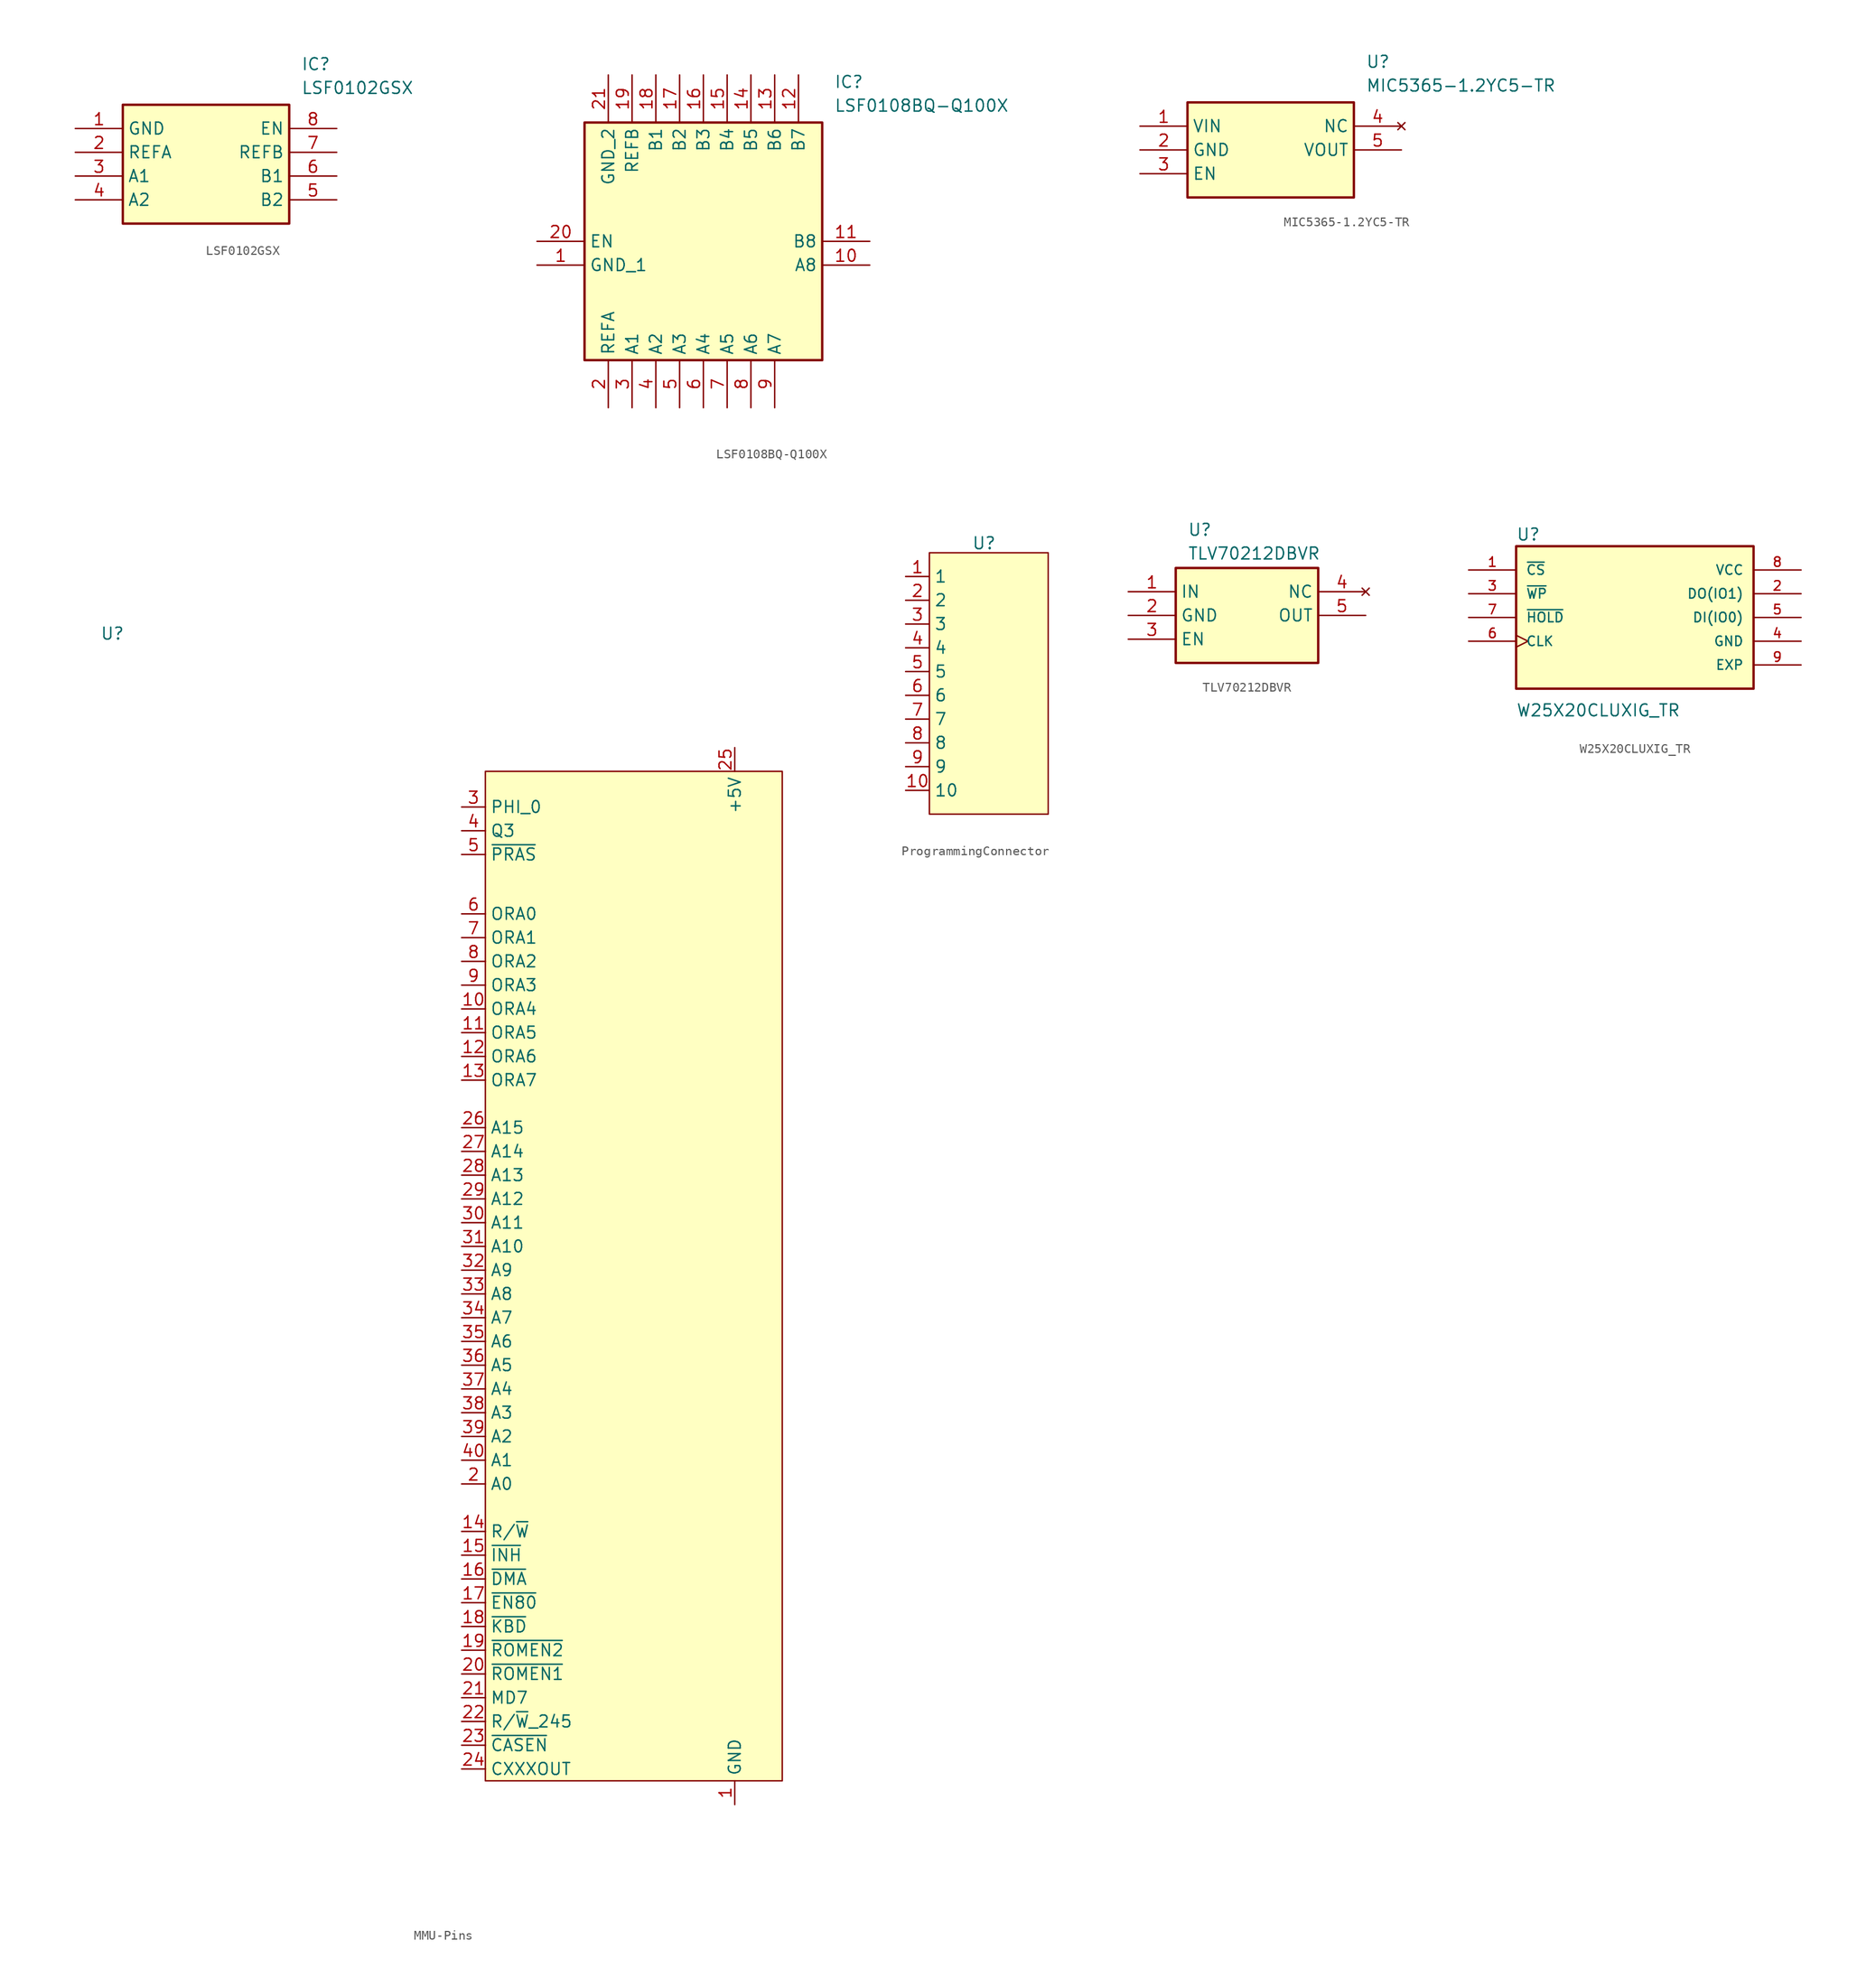
<source format=kicad_sym>
(kicad_symbol_lib
  (version 20231120)
  (generator "kicad_symbol_editor")
  (generator_version "8.0")
  (symbol "LSF0102GSX"
    (property "Reference" "IC"
      (at 24.13 7.62 0)
      (effects (font (size 1.27 1.27)) (justify left top)))
    (property "Value" "LSF0102GSX"
      (at 24.13 5.08 0)
      (effects (font (size 1.27 1.27)) (justify left top)))
    (symbol "LSF0102GSX_1_1"
      (rectangle (start 5.08 2.54) (end 22.86 -10.16) (stroke (width 0.254) (type default)) (fill (type background)))
      (pin passive line (at 0 0 0) (length 5.08) (name "GND" (effects (font (size 1.27 1.27)))) (number "1" (effects (font (size 1.27 1.27)))))
      (pin passive line (at 0 -2.54 0) (length 5.08) (name "REFA" (effects (font (size 1.27 1.27)))) (number "2" (effects (font (size 1.27 1.27)))))
      (pin passive line (at 0 -5.08 0) (length 5.08) (name "A1" (effects (font (size 1.27 1.27)))) (number "3" (effects (font (size 1.27 1.27)))))
      (pin passive line (at 0 -7.62 0) (length 5.08) (name "A2" (effects (font (size 1.27 1.27)))) (number "4" (effects (font (size 1.27 1.27)))))
      (pin passive line (at 27.94 -7.62 180) (length 5.08) (name "B2" (effects (font (size 1.27 1.27)))) (number "5" (effects (font (size 1.27 1.27)))))
      (pin passive line (at 27.94 -5.08 180) (length 5.08) (name "B1" (effects (font (size 1.27 1.27)))) (number "6" (effects (font (size 1.27 1.27)))))
      (pin passive line (at 27.94 -2.54 180) (length 5.08) (name "REFB" (effects (font (size 1.27 1.27)))) (number "7" (effects (font (size 1.27 1.27)))))
      (pin passive line (at 27.94 0 180) (length 5.08) (name "EN" (effects (font (size 1.27 1.27)))) (number "8" (effects (font (size 1.27 1.27)))))))
  (symbol "LSF0108BQ-Q100X"
    (property "Reference" "IC"
      (at 31.75 17.78 0)
      (effects (font (size 1.27 1.27)) (justify left top)))
    (property "Value" "LSF0108BQ-Q100X"
      (at 31.75 15.24 0)
      (effects (font (size 1.27 1.27)) (justify left top)))
    (symbol "LSF0108BQ-Q100X_1_1"
      (rectangle (start 5.08 12.7) (end 30.48 -12.7) (stroke (width 0.254) (type default)) (fill (type background)))
      (pin passive line (at 0 -2.54 0) (length 5.08) (name "GND_1" (effects (font (size 1.27 1.27)))) (number "1" (effects (font (size 1.27 1.27)))))
      (pin passive line (at 35.56 -2.54 180) (length 5.08) (name "A8" (effects (font (size 1.27 1.27)))) (number "10" (effects (font (size 1.27 1.27)))))
      (pin passive line (at 35.56 0 180) (length 5.08) (name "B8" (effects (font (size 1.27 1.27)))) (number "11" (effects (font (size 1.27 1.27)))))
      (pin passive line (at 27.94 17.78 270) (length 5.08) (name "B7" (effects (font (size 1.27 1.27)))) (number "12" (effects (font (size 1.27 1.27)))))
      (pin passive line (at 25.4 17.78 270) (length 5.08) (name "B6" (effects (font (size 1.27 1.27)))) (number "13" (effects (font (size 1.27 1.27)))))
      (pin passive line (at 22.86 17.78 270) (length 5.08) (name "B5" (effects (font (size 1.27 1.27)))) (number "14" (effects (font (size 1.27 1.27)))))
      (pin passive line (at 20.32 17.78 270) (length 5.08) (name "B4" (effects (font (size 1.27 1.27)))) (number "15" (effects (font (size 1.27 1.27)))))
      (pin passive line (at 17.78 17.78 270) (length 5.08) (name "B3" (effects (font (size 1.27 1.27)))) (number "16" (effects (font (size 1.27 1.27)))))
      (pin passive line (at 15.24 17.78 270) (length 5.08) (name "B2" (effects (font (size 1.27 1.27)))) (number "17" (effects (font (size 1.27 1.27)))))
      (pin passive line (at 12.7 17.78 270) (length 5.08) (name "B1" (effects (font (size 1.27 1.27)))) (number "18" (effects (font (size 1.27 1.27)))))
      (pin passive line (at 10.16 17.78 270) (length 5.08) (name "REFB" (effects (font (size 1.27 1.27)))) (number "19" (effects (font (size 1.27 1.27)))))
      (pin passive line (at 7.62 -17.78 90) (length 5.08) (name "REFA" (effects (font (size 1.27 1.27)))) (number "2" (effects (font (size 1.27 1.27)))))
      (pin passive line (at 0 0 0) (length 5.08) (name "EN" (effects (font (size 1.27 1.27)))) (number "20" (effects (font (size 1.27 1.27)))))
      (pin passive line (at 7.62 17.78 270) (length 5.08) (name "GND_2" (effects (font (size 1.27 1.27)))) (number "21" (effects (font (size 1.27 1.27)))))
      (pin passive line (at 10.16 -17.78 90) (length 5.08) (name "A1" (effects (font (size 1.27 1.27)))) (number "3" (effects (font (size 1.27 1.27)))))
      (pin passive line (at 12.7 -17.78 90) (length 5.08) (name "A2" (effects (font (size 1.27 1.27)))) (number "4" (effects (font (size 1.27 1.27)))))
      (pin passive line (at 15.24 -17.78 90) (length 5.08) (name "A3" (effects (font (size 1.27 1.27)))) (number "5" (effects (font (size 1.27 1.27)))))
      (pin passive line (at 17.78 -17.78 90) (length 5.08) (name "A4" (effects (font (size 1.27 1.27)))) (number "6" (effects (font (size 1.27 1.27)))))
      (pin passive line (at 20.32 -17.78 90) (length 5.08) (name "A5" (effects (font (size 1.27 1.27)))) (number "7" (effects (font (size 1.27 1.27)))))
      (pin passive line (at 22.86 -17.78 90) (length 5.08) (name "A6" (effects (font (size 1.27 1.27)))) (number "8" (effects (font (size 1.27 1.27)))))
      (pin passive line (at 25.4 -17.78 90) (length 5.08) (name "A7" (effects (font (size 1.27 1.27)))) (number "9" (effects (font (size 1.27 1.27)))))))
  (symbol "MIC5365-1.2YC5-TR"
    (property "Reference" "U"
      (at 24.13 7.62 0)
      (effects (font (size 1.27 1.27)) (justify left top)))
    (property "Value" "MIC5365-1.2YC5-TR"
      (at 24.13 5.08 0)
      (effects (font (size 1.27 1.27)) (justify left top)))
    (symbol "MIC5365-1.2YC5-TR_1_1"
      (rectangle (start 5.08 2.54) (end 22.86 -7.62) (stroke (width 0.254) (type default)) (fill (type background)))
      (pin passive line (at 0 0 0) (length 5.08) (name "VIN" (effects (font (size 1.27 1.27)))) (number "1" (effects (font (size 1.27 1.27)))))
      (pin passive line (at 0 -2.54 0) (length 5.08) (name "GND" (effects (font (size 1.27 1.27)))) (number "2" (effects (font (size 1.27 1.27)))))
      (pin passive line (at 0 -5.08 0) (length 5.08) (name "EN" (effects (font (size 1.27 1.27)))) (number "3" (effects (font (size 1.27 1.27)))))
      (pin no_connect line (at 27.94 0 180) (length 5.08) (name "NC" (effects (font (size 1.27 1.27)))) (number "4" (effects (font (size 1.27 1.27)))))
      (pin passive line (at 27.94 -2.54 180) (length 5.08) (name "VOUT" (effects (font (size 1.27 1.27)))) (number "5" (effects (font (size 1.27 1.27)))))))
  (symbol "MMU-Pins"
    (property "Reference" "U"
      (at -58.928 14.732 0)
      (effects (font (size 1.27 1.27))))
    (property "Value" ""
      (at -21.59 1.27 0)
      (effects (font (size 1.27 1.27))))
    (symbol "MMU-Pins_0_0"
      (pin unspecified line (at 7.62 -110.49 90) (length 2.54) (name "GND" (effects (font (size 1.27 1.27)))) (number "1" (effects (font (size 1.27 1.27)))))
      (pin unspecified line (at -21.59 -25.4 0) (length 2.54) (name "ORA4" (effects (font (size 1.27 1.27)))) (number "10" (effects (font (size 1.27 1.27)))))
      (pin unspecified line (at -21.59 -27.94 0) (length 2.54) (name "ORA5" (effects (font (size 1.27 1.27)))) (number "11" (effects (font (size 1.27 1.27)))))
      (pin unspecified line (at -21.59 -30.48 0) (length 2.54) (name "ORA6" (effects (font (size 1.27 1.27)))) (number "12" (effects (font (size 1.27 1.27)))))
      (pin unspecified line (at -21.59 -33.02 0) (length 2.54) (name "ORA7" (effects (font (size 1.27 1.27)))) (number "13" (effects (font (size 1.27 1.27)))))
      (pin unspecified line (at -21.59 -81.28 0) (length 2.54) (name "R/~{W}" (effects (font (size 1.27 1.27)))) (number "14" (effects (font (size 1.27 1.27)))))
      (pin unspecified line (at -21.59 -83.82 0) (length 2.54) (name "~{INH}" (effects (font (size 1.27 1.27)))) (number "15" (effects (font (size 1.27 1.27)))))
      (pin unspecified line (at -21.59 -86.36 0) (length 2.54) (name "~{DMA}" (effects (font (size 1.27 1.27)))) (number "16" (effects (font (size 1.27 1.27)))))
      (pin unspecified line (at -21.59 -88.9 0) (length 2.54) (name "~{EN80}" (effects (font (size 1.27 1.27)))) (number "17" (effects (font (size 1.27 1.27)))))
      (pin unspecified line (at -21.59 -91.44 0) (length 2.54) (name "~{KBD}" (effects (font (size 1.27 1.27)))) (number "18" (effects (font (size 1.27 1.27)))))
      (pin unspecified line (at -21.59 -93.98 0) (length 2.54) (name "~{ROMEN2}" (effects (font (size 1.27 1.27)))) (number "19" (effects (font (size 1.27 1.27)))))
      (pin unspecified line (at -21.59 -76.2 0) (length 2.54) (name "A0" (effects (font (size 1.27 1.27)))) (number "2" (effects (font (size 1.27 1.27)))))
      (pin unspecified line (at -21.59 -96.52 0) (length 2.54) (name "~{ROMEN1}" (effects (font (size 1.27 1.27)))) (number "20" (effects (font (size 1.27 1.27)))))
      (pin unspecified line (at -21.59 -99.06 0) (length 2.54) (name "MD7" (effects (font (size 1.27 1.27)))) (number "21" (effects (font (size 1.27 1.27)))))
      (pin unspecified line (at -21.59 -101.6 0) (length 2.54) (name "R/~{W}_245" (effects (font (size 1.27 1.27)))) (number "22" (effects (font (size 1.27 1.27)))))
      (pin unspecified line (at -21.59 -104.14 0) (length 2.54) (name "~{CASEN}" (effects (font (size 1.27 1.27)))) (number "23" (effects (font (size 1.27 1.27)))))
      (pin unspecified line (at -21.59 -106.68 0) (length 2.54) (name "CXXXOUT" (effects (font (size 1.27 1.27)))) (number "24" (effects (font (size 1.27 1.27)))))
      (pin unspecified line (at 7.62 2.54 270) (length 2.54) (name "+5V" (effects (font (size 1.27 1.27)))) (number "25" (effects (font (size 1.27 1.27)))))
      (pin unspecified line (at -21.59 -38.1 0) (length 2.54) (name "A15" (effects (font (size 1.27 1.27)))) (number "26" (effects (font (size 1.27 1.27)))))
      (pin unspecified line (at -21.59 -40.64 0) (length 2.54) (name "A14" (effects (font (size 1.27 1.27)))) (number "27" (effects (font (size 1.27 1.27)))))
      (pin unspecified line (at -21.59 -43.18 0) (length 2.54) (name "A13" (effects (font (size 1.27 1.27)))) (number "28" (effects (font (size 1.27 1.27)))))
      (pin unspecified line (at -21.59 -45.72 0) (length 2.54) (name "A12" (effects (font (size 1.27 1.27)))) (number "29" (effects (font (size 1.27 1.27)))))
      (pin unspecified line (at -21.59 -3.81 0) (length 2.54) (name "PHI_0" (effects (font (size 1.27 1.27)))) (number "3" (effects (font (size 1.27 1.27)))))
      (pin unspecified line (at -21.59 -48.26 0) (length 2.54) (name "A11" (effects (font (size 1.27 1.27)))) (number "30" (effects (font (size 1.27 1.27)))))
      (pin unspecified line (at -21.59 -50.8 0) (length 2.54) (name "A10" (effects (font (size 1.27 1.27)))) (number "31" (effects (font (size 1.27 1.27)))))
      (pin unspecified line (at -21.59 -53.34 0) (length 2.54) (name "A9" (effects (font (size 1.27 1.27)))) (number "32" (effects (font (size 1.27 1.27)))))
      (pin unspecified line (at -21.59 -55.88 0) (length 2.54) (name "A8" (effects (font (size 1.27 1.27)))) (number "33" (effects (font (size 1.27 1.27)))))
      (pin unspecified line (at -21.59 -58.42 0) (length 2.54) (name "A7" (effects (font (size 1.27 1.27)))) (number "34" (effects (font (size 1.27 1.27)))))
      (pin unspecified line (at -21.59 -60.96 0) (length 2.54) (name "A6" (effects (font (size 1.27 1.27)))) (number "35" (effects (font (size 1.27 1.27)))))
      (pin unspecified line (at -21.59 -63.5 0) (length 2.54) (name "A5" (effects (font (size 1.27 1.27)))) (number "36" (effects (font (size 1.27 1.27)))))
      (pin unspecified line (at -21.59 -66.04 0) (length 2.54) (name "A4" (effects (font (size 1.27 1.27)))) (number "37" (effects (font (size 1.27 1.27)))))
      (pin unspecified line (at -21.59 -68.58 0) (length 2.54) (name "A3" (effects (font (size 1.27 1.27)))) (number "38" (effects (font (size 1.27 1.27)))))
      (pin unspecified line (at -21.59 -71.12 0) (length 2.54) (name "A2" (effects (font (size 1.27 1.27)))) (number "39" (effects (font (size 1.27 1.27)))))
      (pin unspecified line (at -21.59 -6.35 0) (length 2.54) (name "Q3" (effects (font (size 1.27 1.27)))) (number "4" (effects (font (size 1.27 1.27)))))
      (pin unspecified line (at -21.59 -73.66 0) (length 2.54) (name "A1" (effects (font (size 1.27 1.27)))) (number "40" (effects (font (size 1.27 1.27)))))
      (pin unspecified line (at -21.59 -8.89 0) (length 2.54) (name "~{PRAS}" (effects (font (size 1.27 1.27)))) (number "5" (effects (font (size 1.27 1.27)))))
      (pin unspecified line (at -21.59 -15.24 0) (length 2.54) (name "ORA0" (effects (font (size 1.27 1.27)))) (number "6" (effects (font (size 1.27 1.27)))))
      (pin unspecified line (at -21.59 -17.78 0) (length 2.54) (name "ORA1" (effects (font (size 1.27 1.27)))) (number "7" (effects (font (size 1.27 1.27)))))
      (pin unspecified line (at -21.59 -20.32 0) (length 2.54) (name "ORA2" (effects (font (size 1.27 1.27)))) (number "8" (effects (font (size 1.27 1.27)))))
      (pin unspecified line (at -21.59 -22.86 0) (length 2.54) (name "ORA3" (effects (font (size 1.27 1.27)))) (number "9" (effects (font (size 1.27 1.27))))))
    (symbol "MMU-Pins_1_1"
      (rectangle (start -19.05 0) (end 12.7 -107.95) (stroke (width 0) (type default)) (fill (type background)))))
  (symbol "ProgrammingConnector"
    (property "Reference" "U"
      (at 8.382 3.556 0)
      (effects (font (size 1.27 1.27))))
    (property "Value" ""
      (at 0 0 0)
      (effects (font (size 1.27 1.27))))
    (symbol "ProgrammingConnector_0_0"
      (pin unspecified line (at 0 0 0) (length 2.54) (name "1" (effects (font (size 1.27 1.27)))) (number "1" (effects (font (size 1.27 1.27)))))
      (pin unspecified line (at 0 -22.86 0) (length 2.54) (name "10" (effects (font (size 1.27 1.27)))) (number "10" (effects (font (size 1.27 1.27)))))
      (pin unspecified line (at 0 -2.54 0) (length 2.54) (name "2" (effects (font (size 1.27 1.27)))) (number "2" (effects (font (size 1.27 1.27)))))
      (pin unspecified line (at 0 -5.08 0) (length 2.54) (name "3" (effects (font (size 1.27 1.27)))) (number "3" (effects (font (size 1.27 1.27)))))
      (pin unspecified line (at 0 -7.62 0) (length 2.54) (name "4" (effects (font (size 1.27 1.27)))) (number "4" (effects (font (size 1.27 1.27)))))
      (pin unspecified line (at 0 -10.16 0) (length 2.54) (name "5" (effects (font (size 1.27 1.27)))) (number "5" (effects (font (size 1.27 1.27)))))
      (pin unspecified line (at 0 -12.7 0) (length 2.54) (name "6" (effects (font (size 1.27 1.27)))) (number "6" (effects (font (size 1.27 1.27)))))
      (pin unspecified line (at 0 -15.24 0) (length 2.54) (name "7" (effects (font (size 1.27 1.27)))) (number "7" (effects (font (size 1.27 1.27)))))
      (pin unspecified line (at 0 -17.78 0) (length 2.54) (name "8" (effects (font (size 1.27 1.27)))) (number "8" (effects (font (size 1.27 1.27)))))
      (pin unspecified line (at 0 -20.32 0) (length 2.54) (name "9" (effects (font (size 1.27 1.27)))) (number "9" (effects (font (size 1.27 1.27))))))
    (symbol "ProgrammingConnector_1_1"
      (rectangle (start 2.54 2.54) (end 15.24 -25.4) (stroke (width 0) (type default)) (fill (type background)))))
  (symbol "TLV70212DBVR"
    (property "Reference" "U"
      (at 6.35 7.366 0)
      (effects (font (size 1.27 1.27)) (justify left top)))
    (property "Value" "TLV70212DBVR"
      (at 6.35 4.826 0)
      (effects (font (size 1.27 1.27)) (justify left top)))
    (symbol "TLV70212DBVR_1_1"
      (rectangle (start 5.08 2.54) (end 20.32 -7.62) (stroke (width 0.254) (type default)) (fill (type background)))
      (pin passive line (at 0 0 0) (length 5.08) (name "IN" (effects (font (size 1.27 1.27)))) (number "1" (effects (font (size 1.27 1.27)))))
      (pin passive line (at 0 -2.54 0) (length 5.08) (name "GND" (effects (font (size 1.27 1.27)))) (number "2" (effects (font (size 1.27 1.27)))))
      (pin passive line (at 0 -5.08 0) (length 5.08) (name "EN" (effects (font (size 1.27 1.27)))) (number "3" (effects (font (size 1.27 1.27)))))
      (pin no_connect line (at 25.4 0 180) (length 5.08) (name "NC" (effects (font (size 1.27 1.27)))) (number "4" (effects (font (size 1.27 1.27)))))
      (pin passive line (at 25.4 -2.54 180) (length 5.08) (name "OUT" (effects (font (size 1.27 1.27)))) (number "5" (effects (font (size 1.27 1.27)))))))
  (symbol "W25X20CLUXIG_TR"
    (pin_names
      (offset 1.016))
    (property "Reference" "U"
      (at -12.703 8.13 0)
      (effects (font (size 1.27 1.27)) (justify left bottom)))
    (property "Value" "W25X20CLUXIG_TR"
      (at -12.714 -10.68 0)
      (effects (font (size 1.27 1.27)) (justify left bottom)))
    (symbol "W25X20CLUXIG_TR_0_0"
      (rectangle (start -12.7 -7.62) (end 12.7 7.62) (stroke (width 0.254) (type default)) (fill (type background)))
      (pin input line (at -17.78 5.08 0) (length 5.08) (name "~{CS}" (effects (font (size 1.016 1.016)))) (number "1" (effects (font (size 1.016 1.016)))))
      (pin bidirectional line (at 17.78 2.54 180) (length 5.08) (name "DO(IO1)" (effects (font (size 1.016 1.016)))) (number "2" (effects (font (size 1.016 1.016)))))
      (pin input line (at -17.78 2.54 0) (length 5.08) (name "~{WP}" (effects (font (size 1.016 1.016)))) (number "3" (effects (font (size 1.016 1.016)))))
      (pin power_in line (at 17.78 -2.54 180) (length 5.08) (name "GND" (effects (font (size 1.016 1.016)))) (number "4" (effects (font (size 1.016 1.016)))))
      (pin bidirectional line (at 17.78 0 180) (length 5.08) (name "DI(IO0)" (effects (font (size 1.016 1.016)))) (number "5" (effects (font (size 1.016 1.016)))))
      (pin input clock (at -17.78 -2.54 0) (length 5.08) (name "CLK" (effects (font (size 1.016 1.016)))) (number "6" (effects (font (size 1.016 1.016)))))
      (pin input line (at -17.78 0 0) (length 5.08) (name "~{HOLD}" (effects (font (size 1.016 1.016)))) (number "7" (effects (font (size 1.016 1.016)))))
      (pin power_in line (at 17.78 5.08 180) (length 5.08) (name "VCC" (effects (font (size 1.016 1.016)))) (number "8" (effects (font (size 1.016 1.016)))))
      (pin passive line (at 17.78 -5.08 180) (length 5.08) (name "EXP" (effects (font (size 1.016 1.016)))) (number "9" (effects (font (size 1.016 1.016))))))))
</source>
